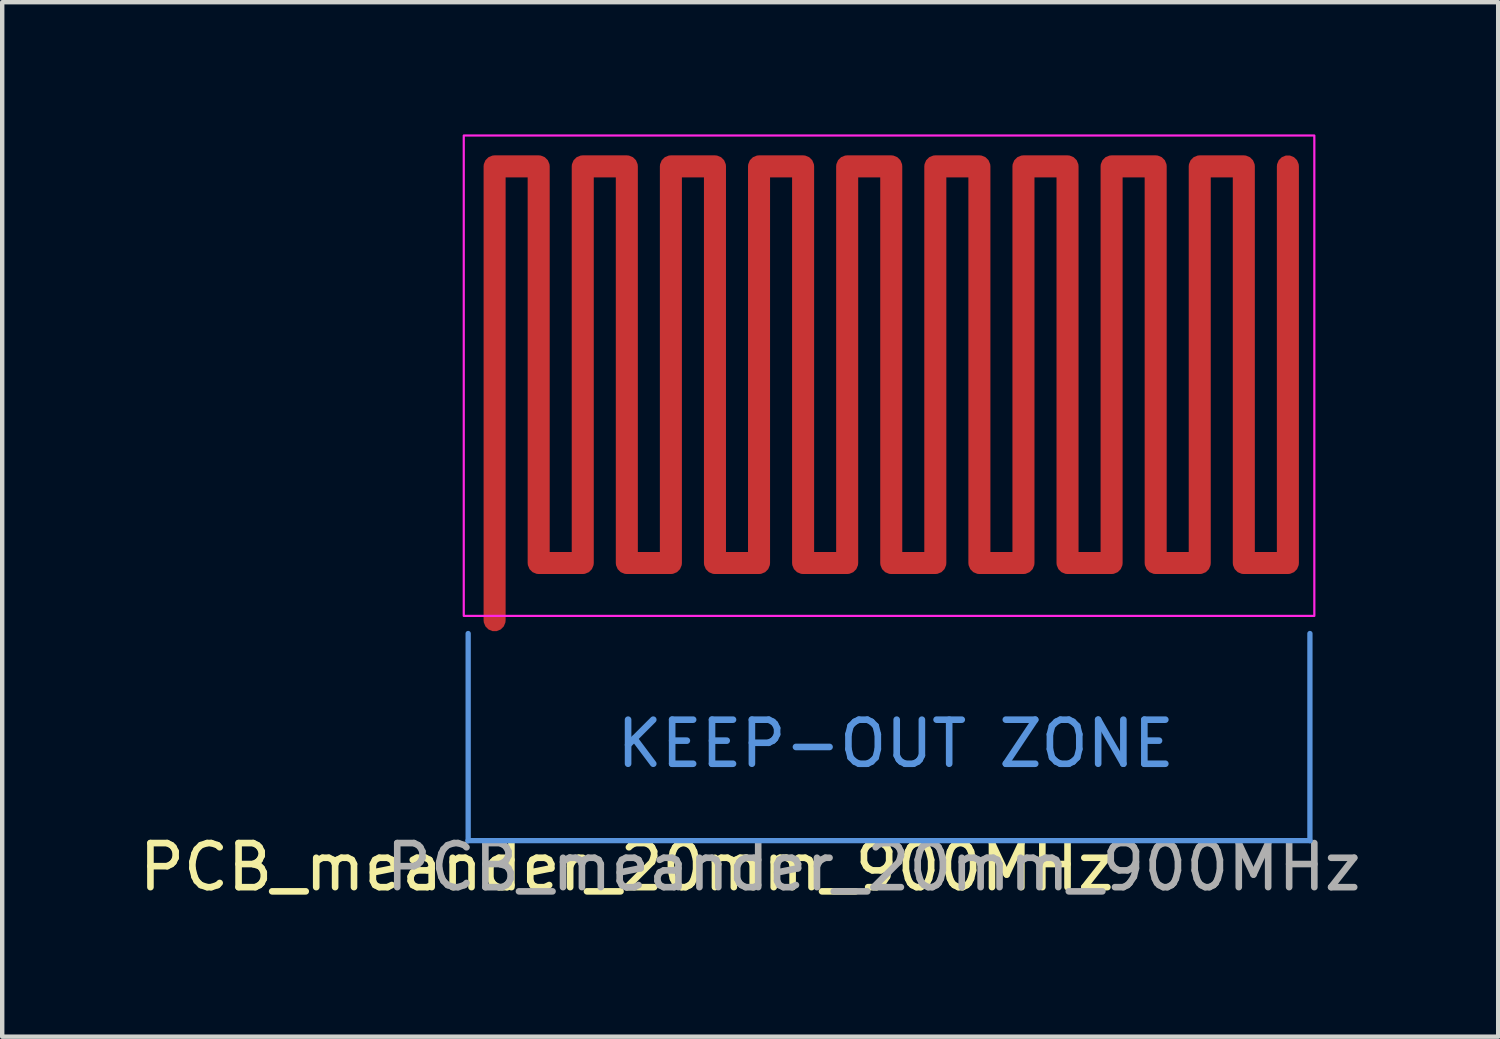
<source format=kicad_pcb>
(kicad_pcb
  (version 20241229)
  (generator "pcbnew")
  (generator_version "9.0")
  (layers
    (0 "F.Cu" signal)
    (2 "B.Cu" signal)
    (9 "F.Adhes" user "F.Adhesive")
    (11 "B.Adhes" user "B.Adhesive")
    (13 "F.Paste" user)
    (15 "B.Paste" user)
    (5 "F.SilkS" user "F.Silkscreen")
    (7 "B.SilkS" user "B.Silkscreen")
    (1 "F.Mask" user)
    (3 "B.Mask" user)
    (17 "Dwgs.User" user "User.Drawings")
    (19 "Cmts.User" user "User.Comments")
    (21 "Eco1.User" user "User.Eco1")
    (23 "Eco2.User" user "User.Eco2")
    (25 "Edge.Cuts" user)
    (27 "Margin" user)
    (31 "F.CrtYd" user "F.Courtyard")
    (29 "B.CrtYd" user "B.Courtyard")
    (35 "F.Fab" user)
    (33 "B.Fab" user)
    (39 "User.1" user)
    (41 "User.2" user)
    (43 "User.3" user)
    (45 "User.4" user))
  (footprint "PCB_meander_20mm_900MHz"
    (layer "F.Cu")
    (at 17.173 10.025)
    (property "Reference" "PCB_meander_20mm_900MHz" (at -6 6.6 0) (layer "F.SilkS") (effects (font (size 1 1) (thickness 0.15))))
    (attr smd)
    (fp_line (start -9.6 1.3) (end -9.6 6) (stroke (width 0.12) (type default)) (layer "Cmts.User"))
    (fp_line (start -9.6 6) (end -9.6 6) (stroke (width 0.12) (type default)) (layer "Cmts.User"))
    (fp_line (start -9.6 6) (end 9.5 6) (stroke (width 0.12) (type default)) (layer "Cmts.User"))
    (fp_line (start 9.5 1.3) (end 9.5 6) (stroke (width 0.12) (type default)) (layer "Cmts.User"))
    (fp_rect (start 9.6 0.9) (end -9.7 -10) (stroke (width 0.05) (type solid)) (fill no) (layer "F.CrtYd"))
    (fp_text user "KEEP-OUT ZONE" (at 0.1 3.8 0) (layer "Cmts.User") (effects (font (size 1 1) (thickness 0.15))))
    (fp_text user "${REFERENCE}" (at -0.4 6.6 0) (layer "F.Fab") (effects (font (size 1 1) (thickness 0.15))))
    (pad "1" smd custom (at -9 1 180) (size 0.4 0.4) (layers "F.Cu") (options (anchor circle)) (primitives (gr_line (start 0 0) (end 0 10.3) (width 0.5)) (gr_line (start 0 10.3) (end -1 10.3) (width 0.5)) (gr_line (start -1 10.3) (end -1 1.3) (width 0.5)) (gr_line (start -1 1.3) (end -2 1.3) (width 0.5)) (gr_line (start -2 10.3) (end -2 1.3) (width 0.5)) (gr_line (start -2 10.3) (end -3 10.3) (width 0.5)) (gr_line (start -3 10.3) (end -3 1.3) (width 0.5)) (gr_line (start -3 1.3) (end -4 1.3) (width 0.5)) (gr_line (start -4 10.3) (end -4 1.3) (width 0.5)) (gr_line (start -4 10.3) (end -5 10.3) (width 0.5)) (gr_line (start -5 10.3) (end -5 1.3) (width 0.5)) (gr_line (start -5 1.3) (end -6 1.3) (width 0.5)) (gr_line (start -6 10.3) (end -6 1.3) (width 0.5)) (gr_line (start -6 10.3) (end -7 10.3) (width 0.5)) (gr_line (start -7 10.3) (end -7 1.3) (width 0.5)) (gr_line (start -7 1.3) (end -8 1.3) (width 0.5)) (gr_line (start -8 10.3) (end -8 1.3) (width 0.5)) (gr_line (start -8 10.3) (end -9 10.3) (width 0.5)) (gr_line (start -9 10.3) (end -9 1.3) (width 0.5)) (gr_line (start -9 1.3) (end -10 1.3) (width 0.5)) (gr_line (start -10 10.3) (end -10 1.3) (width 0.5)) (gr_line (start -10 10.3) (end -11 10.3) (width 0.5)) (gr_line (start -11 10.3) (end -11 1.3) (width 0.5)) (gr_line (start -11 1.3) (end -12 1.3) (width 0.5)) (gr_line (start -12 10.3) (end -12 1.3) (width 0.5)) (gr_line (start -12 10.3) (end -13 10.3) (width 0.5)) (gr_line (start -13 10.3) (end -13 1.3) (width 0.5)) (gr_line (start -13 1.3) (end -14 1.3) (width 0.5)) (gr_line (start -14 10.3) (end -14 1.3) (width 0.5)) (gr_line (start -14 10.3) (end -15 10.3) (width 0.5)) (gr_line (start -15 10.3) (end -15 1.3) (width 0.5)) (gr_line (start -15 1.3) (end -16 1.3) (width 0.5)) (gr_line (start -16 10.3) (end -16 1.3) (width 0.5)) (gr_line (start -16 10.3) (end -17 10.3) (width 0.5)) (gr_line (start -17 10.3) (end -17 1.3) (width 0.5)) (gr_line (start -17 1.3) (end -18 1.3) (width 0.5)) (gr_line (start -18 10.3) (end -18 1.3) (width 0.5)))))
  (gr_rect
    (start -3 -3)
    (end 30.945 20.473)
    (stroke (width 0.1) (type default))
    (fill no)
    (layer "Edge.Cuts")))
</source>
